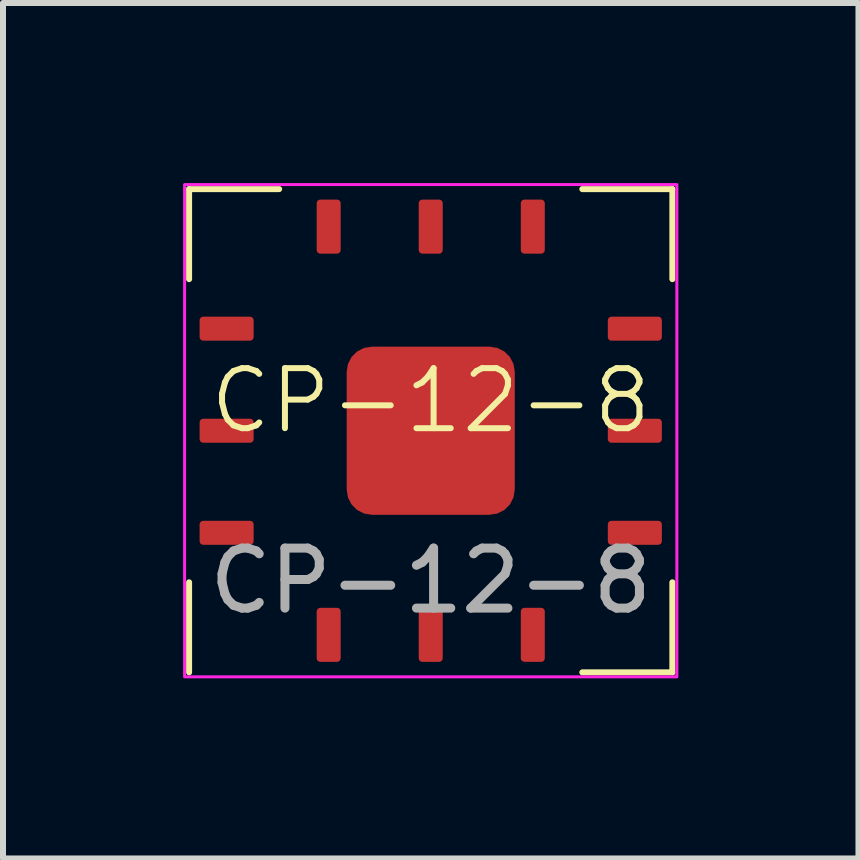
<source format=kicad_pcb>
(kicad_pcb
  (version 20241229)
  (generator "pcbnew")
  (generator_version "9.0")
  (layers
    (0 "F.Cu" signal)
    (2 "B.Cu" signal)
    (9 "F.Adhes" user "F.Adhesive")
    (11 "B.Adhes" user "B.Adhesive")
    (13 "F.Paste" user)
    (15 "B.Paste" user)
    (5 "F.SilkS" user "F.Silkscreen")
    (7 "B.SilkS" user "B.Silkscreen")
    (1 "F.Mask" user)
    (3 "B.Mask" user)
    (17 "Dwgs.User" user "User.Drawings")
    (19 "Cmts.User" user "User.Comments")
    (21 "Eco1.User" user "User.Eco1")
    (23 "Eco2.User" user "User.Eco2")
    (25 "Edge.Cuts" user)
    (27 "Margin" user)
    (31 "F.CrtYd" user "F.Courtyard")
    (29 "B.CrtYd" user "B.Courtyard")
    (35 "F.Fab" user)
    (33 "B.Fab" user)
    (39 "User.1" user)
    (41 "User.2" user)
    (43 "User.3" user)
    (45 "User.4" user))
  (footprint "CP-12-8"
    (layer "F.Cu")
    (at 4.125 4.125)
    (property "Reference" "CP-12-8" (at 0 -0.5 0) (unlocked yes) (layer "F.SilkS") (effects (font (size 1 1) (thickness 0.1))))
    (attr smd)
    (fp_line (start -4.025 -4.025) (end -4.025 -2.525) (stroke (width 0.1) (type default)) (layer "F.SilkS"))
    (fp_line (start -4.025 -4.025) (end -2.525 -4.025) (stroke (width 0.1) (type default)) (layer "F.SilkS"))
    (fp_line (start -4.025 4.025) (end -4.025 2.525) (stroke (width 0.1) (type default)) (layer "F.SilkS"))
    (fp_line (start 4.025 -4.025) (end 2.525 -4.025) (stroke (width 0.1) (type default)) (layer "F.SilkS"))
    (fp_line (start 4.025 -4.025) (end 4.025 -2.525) (stroke (width 0.1) (type default)) (layer "F.SilkS"))
    (fp_line (start 4.025 4.025) (end 2.525 4.025) (stroke (width 0.1) (type default)) (layer "F.SilkS"))
    (fp_line (start 4.025 4.025) (end 4.025 2.525) (stroke (width 0.1) (type default)) (layer "F.SilkS"))
    (fp_rect (start -4.1 -4.1) (end 4.1 4.1) (stroke (width 0.05) (type default)) (fill no) (layer "F.CrtYd"))
    (fp_text user "${REFERENCE}" (at 0 2.5 0) (unlocked yes) (layer "F.Fab") (effects (font (size 1 1) (thickness 0.15))))
    (pad "1" smd roundrect (at -1.7 3.4) (size 0.4 0.9) (layers "F.Cu" "F.Mask" "F.Paste") (roundrect_rratio 0.15))
    (pad "2" smd roundrect (at 0 3.4) (size 0.4 0.9) (layers "F.Cu" "F.Mask" "F.Paste") (roundrect_rratio 0.15))
    (pad "3" smd roundrect (at 1.7 3.4) (size 0.4 0.9) (layers "F.Cu" "F.Mask" "F.Paste") (roundrect_rratio 0.15))
    (pad "4" smd roundrect (at 3.4 1.7 90) (size 0.4 0.9) (layers "F.Cu" "F.Mask" "F.Paste") (roundrect_rratio 0.15))
    (pad "5" smd roundrect (at 3.4 0 90) (size 0.4 0.9) (layers "F.Cu" "F.Mask" "F.Paste") (roundrect_rratio 0.15))
    (pad "6" smd roundrect (at 3.4 -1.7 90) (size 0.4 0.9) (layers "F.Cu" "F.Mask" "F.Paste") (roundrect_rratio 0.15))
    (pad "7" smd roundrect (at 1.7 -3.4) (size 0.4 0.9) (layers "F.Cu" "F.Mask" "F.Paste") (roundrect_rratio 0.15))
    (pad "8" smd roundrect (at 0 -3.4) (size 0.4 0.9) (layers "F.Cu" "F.Mask" "F.Paste") (roundrect_rratio 0.15))
    (pad "9" smd roundrect (at -1.7 -3.4) (size 0.4 0.9) (layers "F.Cu" "F.Mask" "F.Paste") (roundrect_rratio 0.15))
    (pad "10" smd roundrect (at -3.4 -1.7 90) (size 0.4 0.9) (layers "F.Cu" "F.Mask" "F.Paste") (roundrect_rratio 0.15))
    (pad "11" smd roundrect (at -3.4 0 90) (size 0.4 0.9) (layers "F.Cu" "F.Mask" "F.Paste") (roundrect_rratio 0.15))
    (pad "12" smd roundrect (at -3.4 1.7 90) (size 0.4 0.9) (layers "F.Cu" "F.Mask" "F.Paste") (roundrect_rratio 0.15))
    (pad "13" smd roundrect (at 0 0) (size 2.8 2.8) (layers "F.Cu" "F.Mask" "F.Paste") (roundrect_rratio 0.15)))
  (gr_rect
    (start -3 -3)
    (end 11.25 11.25)
    (stroke (width 0.1) (type default))
    (fill no)
    (layer "Edge.Cuts")))
</source>
